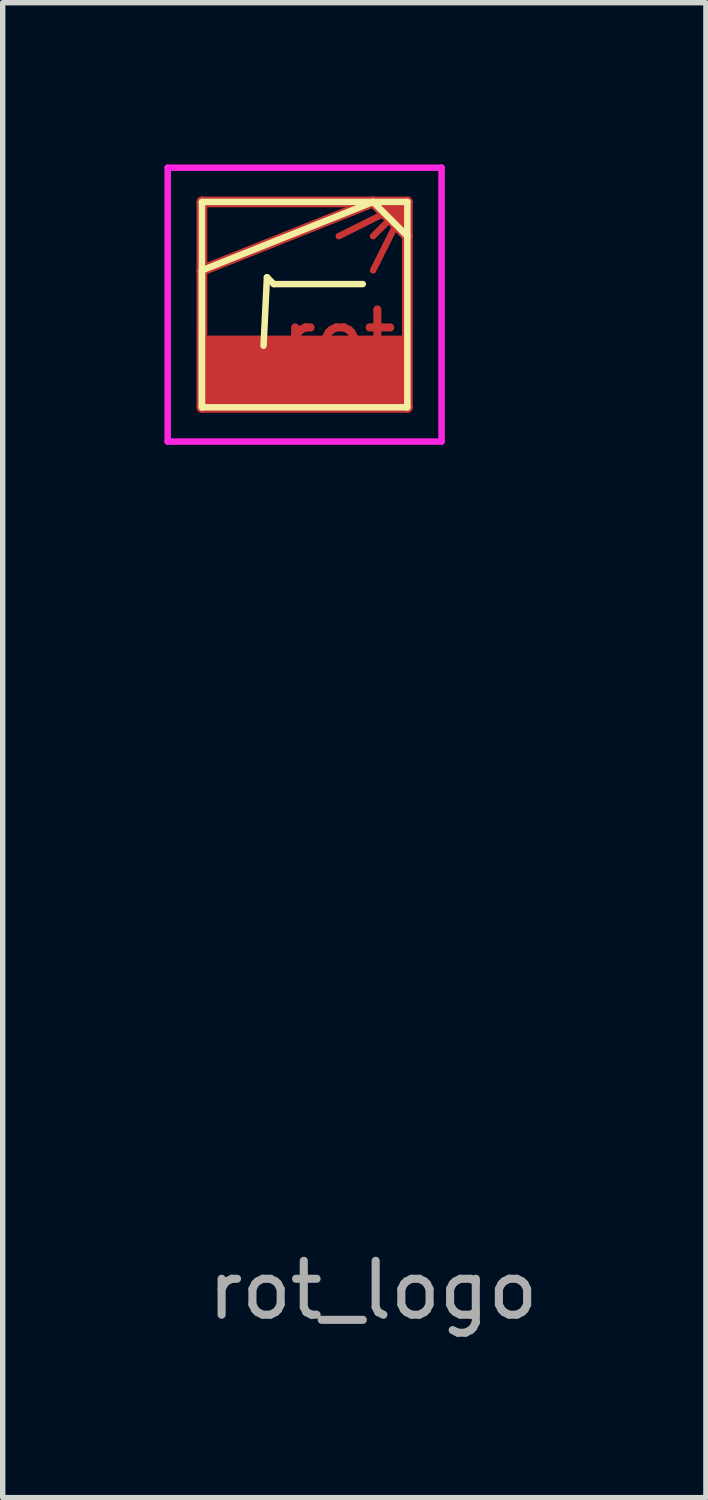
<source format=kicad_pcb>
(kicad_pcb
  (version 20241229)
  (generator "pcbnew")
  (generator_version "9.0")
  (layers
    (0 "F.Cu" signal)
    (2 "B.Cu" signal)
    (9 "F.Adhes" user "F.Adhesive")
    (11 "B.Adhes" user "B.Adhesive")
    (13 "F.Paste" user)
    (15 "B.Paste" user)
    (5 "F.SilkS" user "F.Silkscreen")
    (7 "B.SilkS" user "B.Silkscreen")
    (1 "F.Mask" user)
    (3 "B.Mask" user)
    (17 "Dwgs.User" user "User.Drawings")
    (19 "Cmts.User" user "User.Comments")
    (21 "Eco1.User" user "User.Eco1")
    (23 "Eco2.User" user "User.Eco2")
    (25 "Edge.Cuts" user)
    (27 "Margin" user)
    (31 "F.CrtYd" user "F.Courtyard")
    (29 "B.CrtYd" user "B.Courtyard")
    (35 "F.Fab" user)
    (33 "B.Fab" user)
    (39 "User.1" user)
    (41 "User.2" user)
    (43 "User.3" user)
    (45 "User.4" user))
  (footprint "rot_logo"
    (layer "F.Cu")
    (at 2.6 2.6)
    (property "Reference" "rot_logo" (at 1.27 18.28 0) (layer "F.Fab") (effects (font (size 1 1) (thickness 0.15))))
    (attr through_hole)
    (fp_line (start -1.905 -1.905) (end -1.905 1.905) (stroke (width 0.2) (type solid)) (layer "F.Cu"))
    (fp_line (start -1.905 -1.905) (end 1.905 -1.905) (stroke (width 0.2) (type solid)) (layer "F.Cu"))
    (fp_line (start -1.905 -0.635) (end 1.27 -1.905) (stroke (width 0.2) (type solid)) (layer "F.Cu"))
    (fp_line (start -1.905 0.635) (end 1.905 0.635) (stroke (width 0.12) (type solid)) (layer "F.Cu"))
    (fp_line (start -1.905 1.905) (end 1.905 1.905) (stroke (width 0.2) (type solid)) (layer "F.Cu"))
    (fp_line (start 1.27 -1.905) (end 1.905 -1.27) (stroke (width 0.2) (type solid)) (layer "F.Cu"))
    (fp_line (start 1.27 -1.27) (end 1.905 -1.905) (stroke (width 0.12) (type solid)) (layer "F.Cu"))
    (fp_line (start 1.905 -1.905) (end 0.635 -1.27) (stroke (width 0.12) (type solid)) (layer "F.Cu"))
    (fp_line (start 1.905 -1.905) (end 1.27 -0.635) (stroke (width 0.12) (type solid)) (layer "F.Cu"))
    (fp_line (start 1.905 -1.905) (end 1.905 1.905) (stroke (width 0.2) (type solid)) (layer "F.Cu"))
    (fp_poly (pts (xy 1.905 -1.905) (xy 1.27 -1.905) (xy 1.905 -1.27)) (stroke (width 0.1) (type solid)) (fill yes) (layer "F.Cu"))
    (fp_poly (pts (xy -1.905 1.905) (xy -1.905 0.635) (xy 1.905 0.635) (xy 1.905 1.905)) (stroke (width 0.1) (type solid)) (fill yes) (layer "F.Cu"))
    (fp_line (start -1.905 -1.905) (end -1.905 1.905) (stroke (width 0.2) (type solid)) (layer "F.Mask"))
    (fp_line (start -1.905 1.905) (end 1.905 1.905) (stroke (width 0.2) (type solid)) (layer "F.Mask"))
    (fp_line (start -0.965 1.194) (end -1.092 1.372) (stroke (width 0.12) (type solid)) (layer "F.Mask"))
    (fp_line (start -0.813 1.575) (end -0.965 1.194) (stroke (width 0.12) (type solid)) (layer "F.Mask"))
    (fp_line (start -0.762 0.762) (end -0.813 1.575) (stroke (width 0.12) (type solid)) (layer "F.Mask"))
    (fp_line (start 1.27 -1.905) (end -1.905 -0.635) (stroke (width 0.2) (type solid)) (layer "F.Mask"))
    (fp_line (start 1.905 -1.905) (end -1.905 -1.905) (stroke (width 0.2) (type solid)) (layer "F.Mask"))
    (fp_line (start 1.905 -1.905) (end 1.905 1.905) (stroke (width 0.2) (type solid)) (layer "F.Mask"))
    (fp_line (start 1.905 -1.27) (end 1.27 -1.905) (stroke (width 0.2) (type solid)) (layer "F.Mask"))
    (fp_poly (pts (xy -1.905 0.635) (xy 1.905 0.635) (xy 1.905 -1.905) (xy 1.27 -1.905) (xy -1.905 -0.635)) (stroke (width 0.1) (type solid)) (fill yes) (layer "F.Mask"))
    (fp_line (start -1.905 -1.905) (end 1.905 -1.905) (stroke (width 0.12) (type solid)) (layer "F.SilkS"))
    (fp_line (start -1.905 -0.635) (end 1.27 -1.905) (stroke (width 0.12) (type solid)) (layer "F.SilkS"))
    (fp_line (start -1.905 1.905) (end -1.905 -1.905) (stroke (width 0.12) (type solid)) (layer "F.SilkS"))
    (fp_line (start -1.905 1.905) (end -1.905 -0.635) (stroke (width 0.12) (type solid)) (layer "F.SilkS"))
    (fp_line (start -0.762 0.762) (end -0.699 -0.508) (stroke (width 0.12) (type solid)) (layer "F.SilkS"))
    (fp_line (start -0.699 -0.508) (end -0.572 -0.381) (stroke (width 0.12) (type solid)) (layer "F.SilkS"))
    (fp_line (start -0.572 -0.381) (end 1.079 -0.381) (stroke (width 0.12) (type solid)) (layer "F.SilkS"))
    (fp_line (start 1.27 -1.905) (end 1.905 -1.27) (stroke (width 0.12) (type solid)) (layer "F.SilkS"))
    (fp_line (start 1.905 -1.905) (end 1.905 1.905) (stroke (width 0.12) (type solid)) (layer "F.SilkS"))
    (fp_line (start 1.905 1.905) (end -1.905 1.905) (stroke (width 0.12) (type solid)) (layer "F.SilkS"))
    (fp_line (start -2.54 -2.54) (end 2.54 -2.54) (stroke (width 0.12) (type solid)) (layer "F.CrtYd"))
    (fp_line (start -2.54 2.54) (end -2.54 -2.54) (stroke (width 0.12) (type solid)) (layer "F.CrtYd"))
    (fp_line (start 2.54 -2.54) (end 2.54 2.54) (stroke (width 0.12) (type solid)) (layer "F.CrtYd"))
    (fp_line (start 2.54 2.54) (end -2.54 2.54) (stroke (width 0.12) (type solid)) (layer "F.CrtYd"))
    (fp_text user "rot" (at 0.635 0.635 0) (layer "F.Cu") (effects (font (size 1 1) (thickness 0.15))))
    (fp_text user "rot" (at 0.635 0.635 0) (layer "F.Mask") (effects (font (size 1 1) (thickness 0.15)))))
  (gr_rect
    (start -3 -3)
    (end 10.043 24.728)
    (stroke (width 0.1) (type default))
    (fill no)
    (layer "Edge.Cuts")))
</source>
